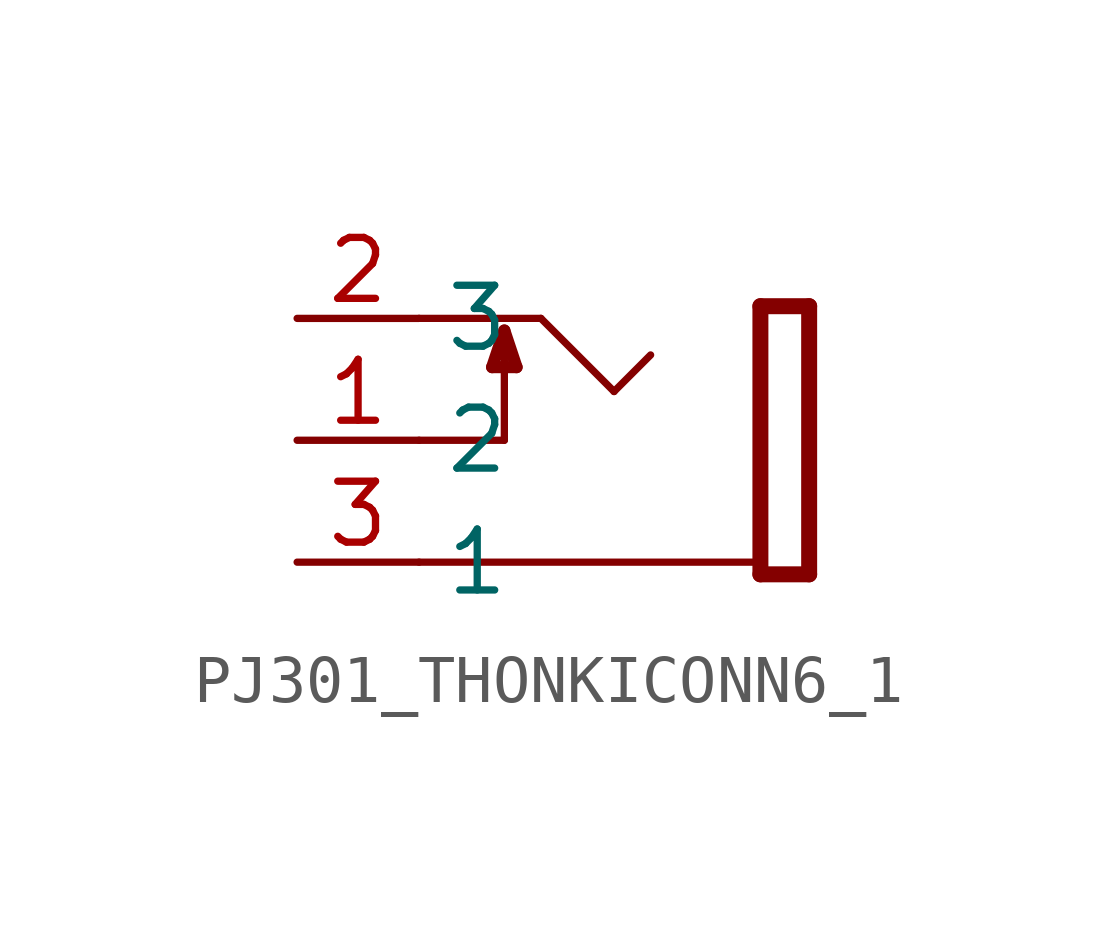
<source format=kicad_sym>
(kicad_symbol_lib
  (version 20231120)
  (generator "kicad_symbol_editor")
  (generator_version "8.0")
  (symbol "PJ301_THONKICONN6_1"
    (property "Reference" "J"
      (at 0 0 0)
      (effects (font (size 1.27 1.27)) (hide yes)))
    (property "ki_locked" ""
      (at 0 0 0)
      (effects (font (size 1.27 1.27))))
    (symbol "PJ301_THONKICONN6_1_1_0"
      (polyline (pts (xy -4.065 -2.54) (xy 3.047 -2.54)) (stroke (width 0.152) (type solid)) (fill (type none)))
      (polyline (pts (xy -4.065 0) (xy -2.287 0)) (stroke (width 0.152) (type solid)) (fill (type none)))
      (polyline (pts (xy -4.065 2.54) (xy -1.525 2.54)) (stroke (width 0.152) (type solid)) (fill (type none)))
      (polyline (pts (xy -2.541 1.524) (xy -2.033 1.524)) (stroke (width 0.254) (type solid)) (fill (type none)))
      (polyline (pts (xy -2.287 0) (xy -2.287 2.286)) (stroke (width 0.152) (type solid)) (fill (type none)))
      (polyline (pts (xy -2.287 2.286) (xy -2.541 1.524)) (stroke (width 0.254) (type solid)) (fill (type none)))
      (polyline (pts (xy -2.033 1.524) (xy -2.287 2.286)) (stroke (width 0.254) (type solid)) (fill (type none)))
      (polyline (pts (xy -1.525 2.54) (xy -0.001 1.016)) (stroke (width 0.152) (type solid)) (fill (type none)))
      (polyline (pts (xy -0.001 1.016) (xy 0.761 1.778)) (stroke (width 0.152) (type solid)) (fill (type none)))
      (polyline (pts (xy 3.049 -2.794) (xy 3.049 2.794)) (stroke (width 0.333) (type solid)) (fill (type none)))
      (polyline (pts (xy 3.049 2.794) (xy 4.065 2.794)) (stroke (width 0.333) (type solid)) (fill (type none)))
      (polyline (pts (xy 4.065 -2.794) (xy 3.049 -2.794)) (stroke (width 0.333) (type solid)) (fill (type none)))
      (polyline (pts (xy 4.065 2.794) (xy 4.065 -2.794)) (stroke (width 0.333) (type solid)) (fill (type none)))
      (pin passive line (at -6.605 0 0) (length 2.54) (name "2" (effects (font (size 1.27 1.27)))) (number "1" (effects (font (size 1.27 1.27)))))
      (pin passive line (at -6.605 2.54 0) (length 2.54) (name "3" (effects (font (size 1.27 1.27)))) (number "2" (effects (font (size 1.27 1.27)))))
      (pin passive line (at -6.605 -2.54 0) (length 2.54) (name "1" (effects (font (size 1.27 1.27)))) (number "3" (effects (font (size 1.27 1.27))))))))
</source>
